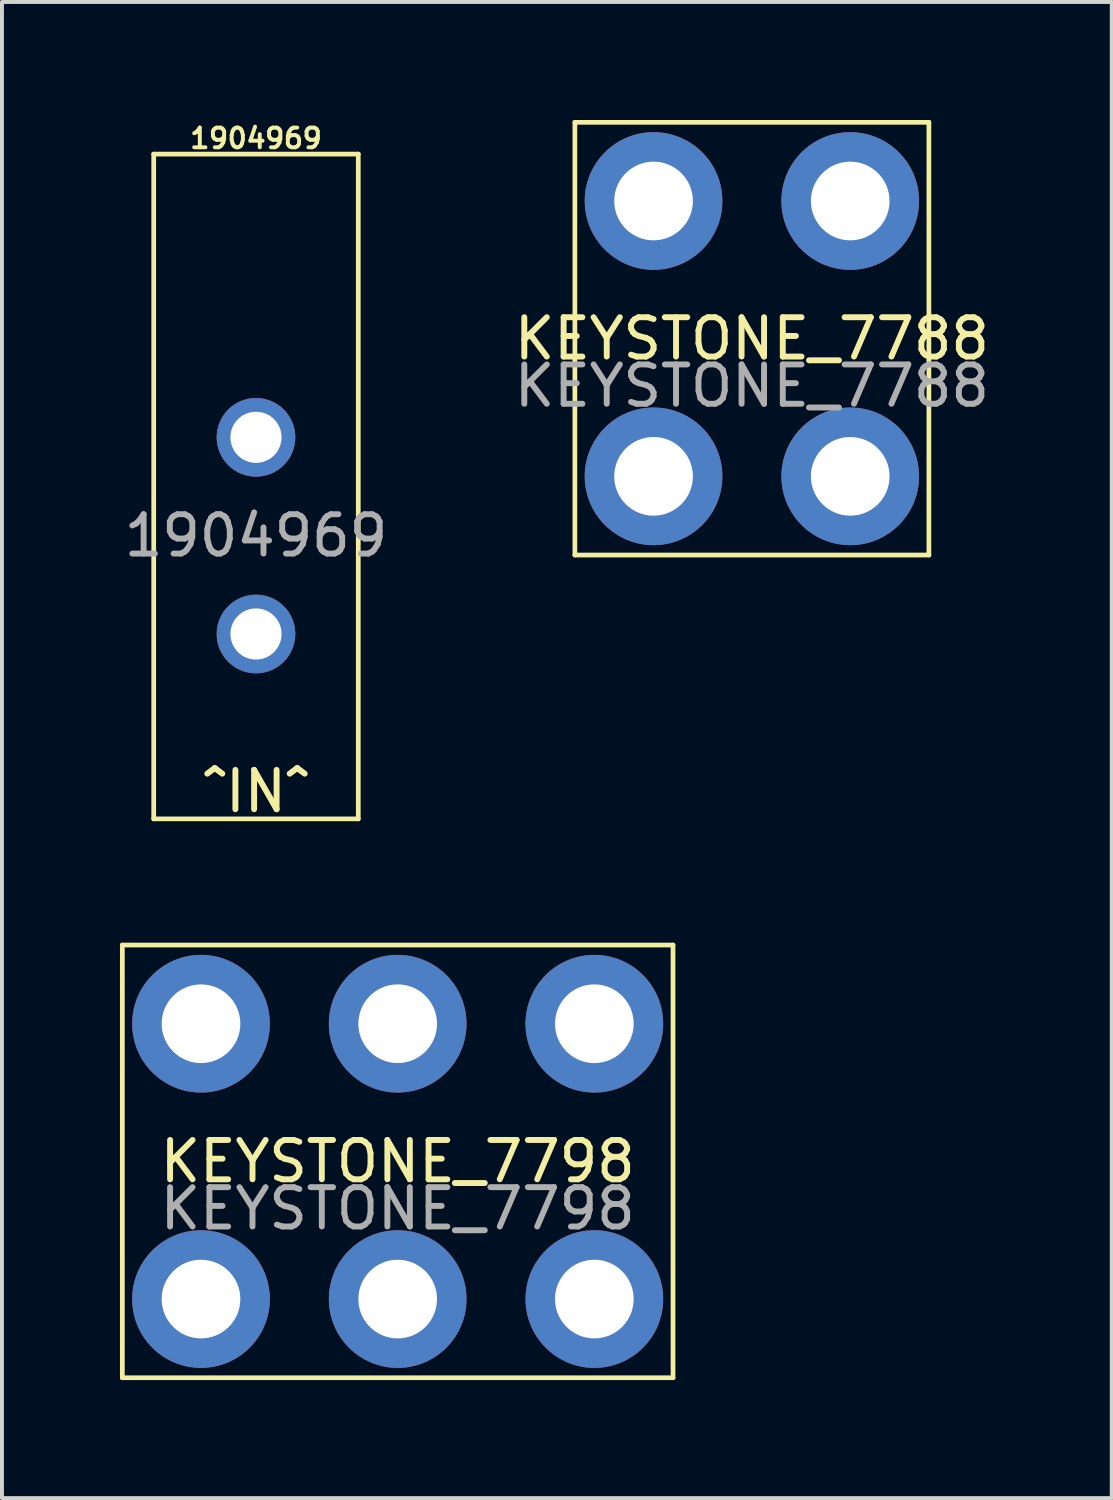
<source format=kicad_pcb>
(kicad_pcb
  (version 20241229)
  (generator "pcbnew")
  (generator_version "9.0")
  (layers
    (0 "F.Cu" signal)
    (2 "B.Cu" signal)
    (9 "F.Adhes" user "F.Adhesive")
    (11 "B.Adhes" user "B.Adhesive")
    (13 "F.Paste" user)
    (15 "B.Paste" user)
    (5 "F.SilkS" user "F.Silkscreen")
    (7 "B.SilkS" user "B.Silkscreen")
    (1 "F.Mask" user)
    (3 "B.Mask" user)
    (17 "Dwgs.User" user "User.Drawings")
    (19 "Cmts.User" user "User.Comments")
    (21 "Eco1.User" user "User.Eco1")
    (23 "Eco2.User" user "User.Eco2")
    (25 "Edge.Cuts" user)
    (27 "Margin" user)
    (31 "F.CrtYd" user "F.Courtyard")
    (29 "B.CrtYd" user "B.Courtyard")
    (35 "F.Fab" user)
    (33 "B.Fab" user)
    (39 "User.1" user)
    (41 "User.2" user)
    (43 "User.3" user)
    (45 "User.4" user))
  (footprint "1904969"
    (layer "F.Cu")
    (at 3.458 8.068)
    (property "Reference" "1904969" (at 0 -7.6 0) (unlocked yes) (layer "F.SilkS") (effects (font (size 0.5 0.5) (thickness 0.1))))
    (attr through_hole)
    (fp_line (start -2.6 -7.2) (end -2.6 9.7) (stroke (width 0.12) (type solid)) (layer "F.SilkS"))
    (fp_line (start -2.6 9.7) (end 2.6 9.7) (stroke (width 0.12) (type solid)) (layer "F.SilkS"))
    (fp_line (start 2.6 -7.2) (end -2.6 -7.2) (stroke (width 0.12) (type solid)) (layer "F.SilkS"))
    (fp_line (start 2.6 9.7) (end 2.6 -7.2) (stroke (width 0.12) (type solid)) (layer "F.SilkS"))
    (fp_text user "^IN^" (at 0 9 0) (unlocked yes) (layer "F.SilkS") (effects (font (size 1 1) (thickness 0.15))))
    (fp_text user "${REFERENCE}" (at 0 2.5 0) (unlocked yes) (layer "F.Fab") (effects (font (size 1 1) (thickness 0.15))))
    (pad "1" thru_hole circle (at 0 0) (size 2 2) (drill 1.3) (layers "*.Cu" "*.Mask"))
    (pad "1" thru_hole circle (at 0 5) (size 2 2) (drill 1.3) (layers "*.Cu" "*.Mask")))
  (footprint "KEYSTONE_7788"
    (layer "F.Cu")
    (at 16.065 5.56)
    (property "Reference" "KEYSTONE_7788" (at 0 0 0) (unlocked yes) (layer "F.SilkS") (effects (font (size 1 1) (thickness 0.15))))
    (attr through_hole)
    (fp_line (start -4.5 -5.5) (end -4.5 5.5) (stroke (width 0.12) (type solid)) (layer "F.SilkS"))
    (fp_line (start -4.5 -5.5) (end 4.5 -5.5) (stroke (width 0.12) (type solid)) (layer "F.SilkS"))
    (fp_line (start -4.5 5.5) (end 4.5 5.5) (stroke (width 0.12) (type solid)) (layer "F.SilkS"))
    (fp_line (start 4.5 -5.5) (end 4.5 5.5) (stroke (width 0.12) (type solid)) (layer "F.SilkS"))
    (fp_text user "${REFERENCE}" (at 0 1.2 0) (unlocked yes) (layer "F.Fab") (effects (font (size 1 1) (thickness 0.15))))
    (pad "1" thru_hole circle (at -2.5 -3.5) (size 3.5 3.5) (drill 2) (layers "*.Cu" "*.Mask"))
    (pad "1" thru_hole circle (at -2.5 3.5) (size 3.5 3.5) (drill 2) (layers "*.Cu" "*.Mask"))
    (pad "1" thru_hole circle (at 2.5 -3.5) (size 3.5 3.5) (drill 2) (layers "*.Cu" "*.Mask"))
    (pad "1" thru_hole circle (at 2.5 3.5) (size 3.5 3.5) (drill 2) (layers "*.Cu" "*.Mask")))
  (footprint "KEYSTONE_7798"
    (layer "F.Cu")
    (at 7.06 26.476)
    (property "Reference" "KEYSTONE_7798" (at 0 0 0) (unlocked yes) (layer "F.SilkS") (effects (font (size 1 1) (thickness 0.15))))
    (attr through_hole)
    (fp_line (start -7 -5.5) (end -7 5.5) (stroke (width 0.12) (type solid)) (layer "F.SilkS"))
    (fp_line (start -7 5.5) (end 7 5.5) (stroke (width 0.12) (type solid)) (layer "F.SilkS"))
    (fp_line (start 7 -5.5) (end -7 -5.5) (stroke (width 0.12) (type solid)) (layer "F.SilkS"))
    (fp_line (start 7 -5.5) (end 7 5.5) (stroke (width 0.12) (type solid)) (layer "F.SilkS"))
    (fp_text user "${REFERENCE}" (at 0 1.2 0) (unlocked yes) (layer "F.Fab") (effects (font (size 1 1) (thickness 0.15))))
    (pad "1" thru_hole circle (at -5 -3.5) (size 3.5 3.5) (drill 2) (layers "*.Cu" "*.Mask"))
    (pad "1" thru_hole circle (at -5 3.5) (size 3.5 3.5) (drill 2) (layers "*.Cu" "*.Mask"))
    (pad "1" thru_hole circle (at 0 -3.5) (size 3.5 3.5) (drill 2) (layers "*.Cu" "*.Mask"))
    (pad "1" thru_hole circle (at 0 3.5) (size 3.5 3.5) (drill 2) (layers "*.Cu" "*.Mask"))
    (pad "1" thru_hole circle (at 5 -3.5) (size 3.5 3.5) (drill 2) (layers "*.Cu" "*.Mask"))
    (pad "1" thru_hole circle (at 5 3.5) (size 3.5 3.5) (drill 2) (layers "*.Cu" "*.Mask")))
  (gr_rect
    (start -3 -3)
    (end 25.214 35.036)
    (stroke (width 0.1) (type default))
    (fill no)
    (layer "Edge.Cuts")))
</source>
